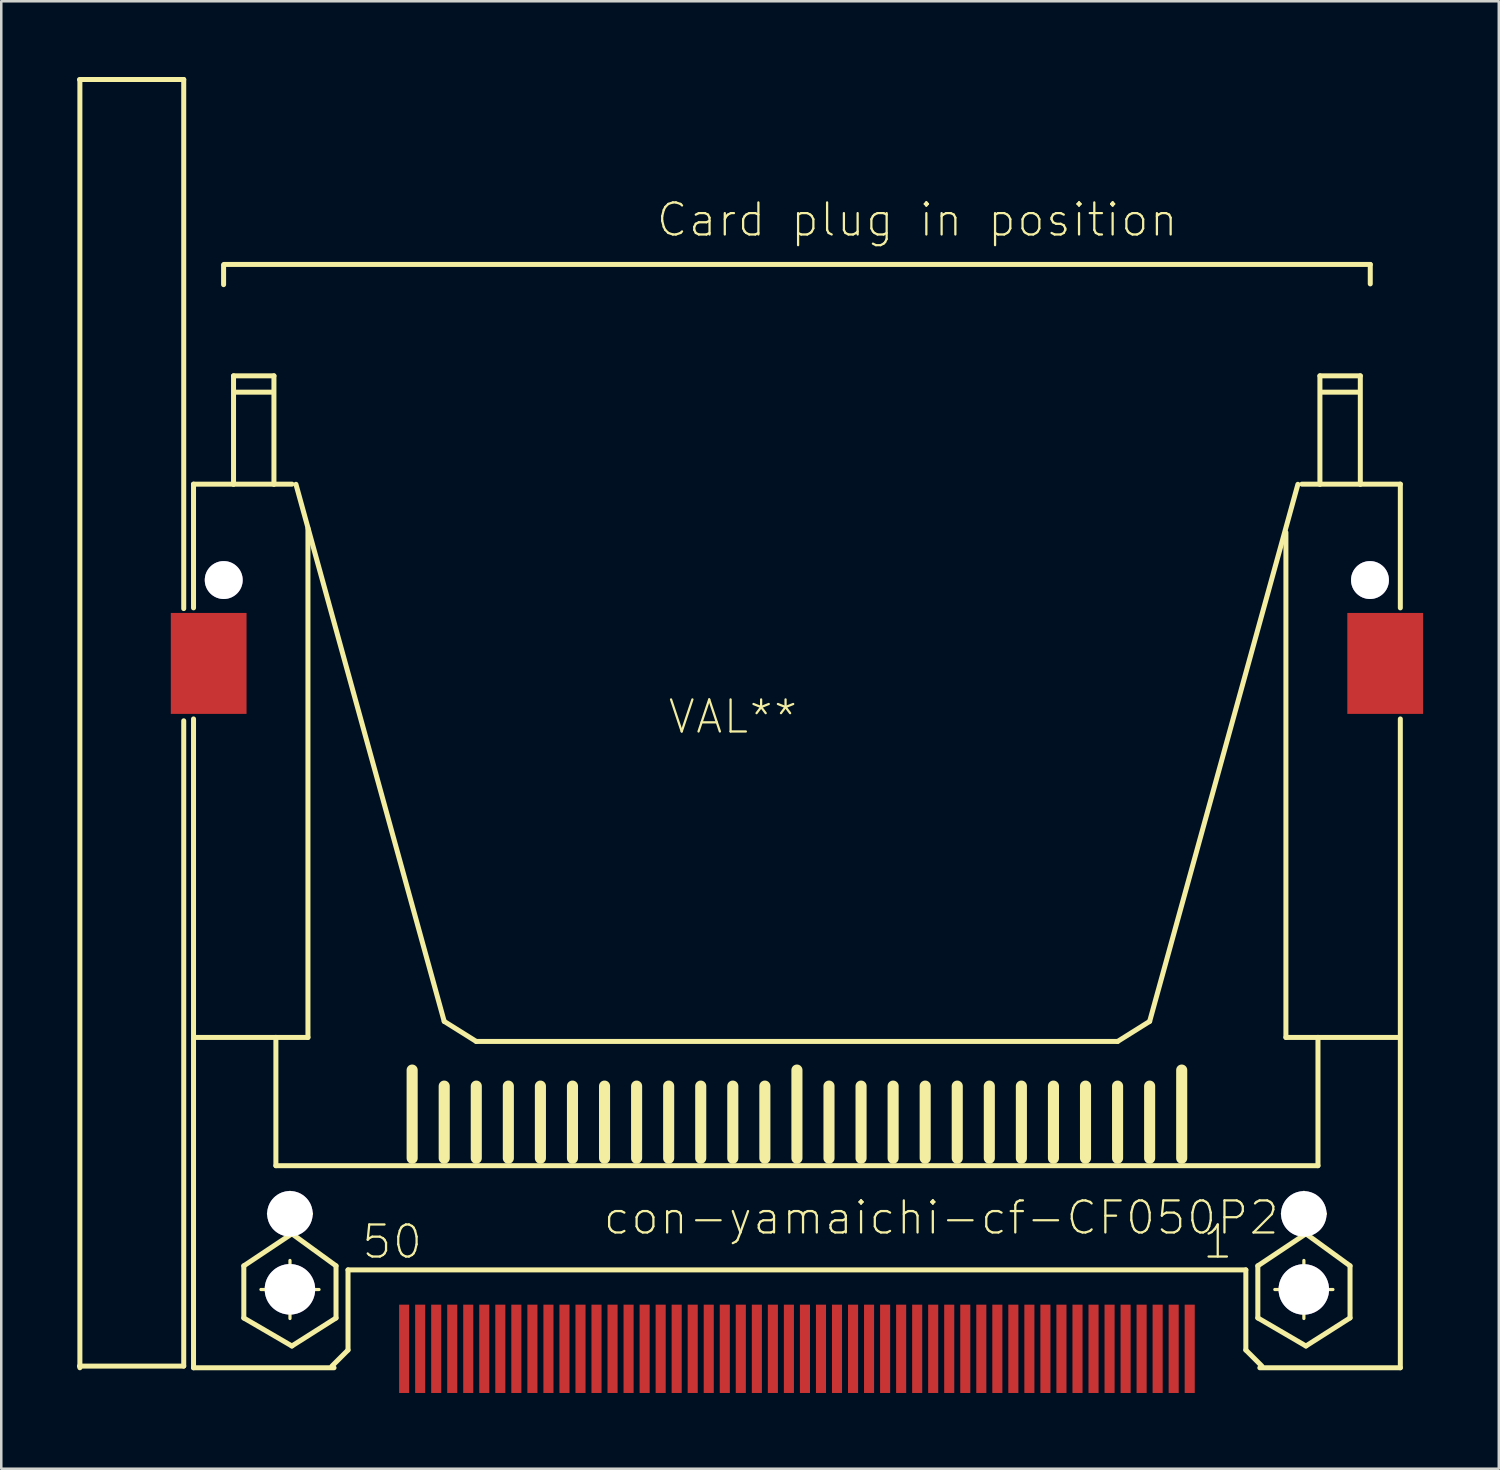
<source format=kicad_pcb>
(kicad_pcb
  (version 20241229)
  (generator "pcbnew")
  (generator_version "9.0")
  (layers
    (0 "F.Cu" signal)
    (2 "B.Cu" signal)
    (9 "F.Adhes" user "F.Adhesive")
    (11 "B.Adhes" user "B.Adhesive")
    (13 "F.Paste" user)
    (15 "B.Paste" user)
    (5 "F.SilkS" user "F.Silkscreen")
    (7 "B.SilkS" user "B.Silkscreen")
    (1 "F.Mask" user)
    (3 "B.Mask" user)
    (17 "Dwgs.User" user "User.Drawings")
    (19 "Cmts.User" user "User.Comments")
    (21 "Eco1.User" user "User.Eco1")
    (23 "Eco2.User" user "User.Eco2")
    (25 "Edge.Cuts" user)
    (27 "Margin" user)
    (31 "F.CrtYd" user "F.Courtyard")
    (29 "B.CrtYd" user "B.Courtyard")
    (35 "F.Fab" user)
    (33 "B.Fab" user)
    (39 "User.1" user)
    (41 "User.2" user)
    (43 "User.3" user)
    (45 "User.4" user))
  (footprint "con-yamaichi-cf-CF050P2"
    (layer "F.Cu")
    (at 28.514 45.024)
    (property "Reference" "con-yamaichi-cf-CF050P2" (at 5.715 0.157 0) (layer "F.SilkS") (effects (font (size 1.27 1.27) (thickness 0.089))))
    (attr smd)
    (fp_line (start -28.415 6.032) (end -24.287 6.032) (stroke (width 0.198) (type solid)) (layer "F.SilkS"))
    (fp_line (start -28.4 -44.9) (end -28.4 6.099) (stroke (width 0.198) (type solid)) (layer "F.SilkS"))
    (fp_line (start -24.287 -44.925) (end -28.415 -44.925) (stroke (width 0.198) (type solid)) (layer "F.SilkS"))
    (fp_line (start -24.287 -23.97) (end -24.287 -44.925) (stroke (width 0.198) (type solid)) (layer "F.SilkS"))
    (fp_line (start -24.287 6.032) (end -24.287 -19.525) (stroke (width 0.198) (type solid)) (layer "F.SilkS"))
    (fp_line (start -23.899 -28.898) (end -23.899 -23.998) (stroke (width 0.198) (type solid)) (layer "F.SilkS"))
    (fp_line (start -23.899 -19.599) (end -23.899 6.099) (stroke (width 0.198) (type solid)) (layer "F.SilkS"))
    (fp_line (start -23.899 6.099) (end -18.334 6.099) (stroke (width 0.198) (type solid)) (layer "F.SilkS"))
    (fp_line (start -23.348 -25.098) (end -22.05 -25.098) (stroke (width 0.127) (type solid)) (layer "F.SilkS"))
    (fp_line (start -22.708 -37.564) (end -22.708 -36.8) (stroke (width 0.198) (type solid)) (layer "F.SilkS"))
    (fp_line (start -22.7 -37.6) (end 22.708 -37.6) (stroke (width 0.198) (type solid)) (layer "F.SilkS"))
    (fp_line (start -22.7 -24.448) (end -22.7 -25.748) (stroke (width 0.127) (type solid)) (layer "F.SilkS"))
    (fp_line (start -22.314 -33.188) (end -22.314 -28.898) (stroke (width 0.198) (type solid)) (layer "F.SilkS"))
    (fp_line (start -22.314 -28.898) (end -23.899 -28.898) (stroke (width 0.198) (type solid)) (layer "F.SilkS"))
    (fp_line (start -22.225 -32.542) (end -20.795 -32.542) (stroke (width 0.198) (type solid)) (layer "F.SilkS"))
    (fp_line (start -21.907 2.062) (end -20.003 0.792) (stroke (width 0.198) (type solid)) (layer "F.SilkS"))
    (fp_line (start -21.907 4.128) (end -21.907 2.062) (stroke (width 0.198) (type solid)) (layer "F.SilkS"))
    (fp_line (start -21.229 3) (end -18.928 3) (stroke (width 0.127) (type solid)) (layer "F.SilkS"))
    (fp_line (start -20.93 0) (end -19.228 0) (stroke (width 0.127) (type solid)) (layer "F.SilkS"))
    (fp_line (start -20.714 -33.188) (end -22.314 -33.188) (stroke (width 0.198) (type solid)) (layer "F.SilkS"))
    (fp_line (start -20.714 -28.898) (end -22.314 -28.898) (stroke (width 0.198) (type solid)) (layer "F.SilkS"))
    (fp_line (start -20.714 -28.898) (end -20.714 -33.188) (stroke (width 0.198) (type solid)) (layer "F.SilkS"))
    (fp_line (start -20.637 -6.985) (end -23.812 -6.985) (stroke (width 0.198) (type solid)) (layer "F.SilkS"))
    (fp_line (start -20.637 -6.985) (end -20.637 -1.905) (stroke (width 0.198) (type solid)) (layer "F.SilkS"))
    (fp_line (start -20.637 -1.905) (end 20.637 -1.905) (stroke (width 0.198) (type solid)) (layer "F.SilkS"))
    (fp_line (start -20.079 0.848) (end -20.079 -0.848) (stroke (width 0.127) (type solid)) (layer "F.SilkS"))
    (fp_line (start -20.079 4.148) (end -20.079 1.849) (stroke (width 0.127) (type solid)) (layer "F.SilkS"))
    (fp_line (start -20.003 0.792) (end -18.255 2.062) (stroke (width 0.198) (type solid)) (layer "F.SilkS"))
    (fp_line (start -20.003 5.237) (end -21.907 4.128) (stroke (width 0.198) (type solid)) (layer "F.SilkS"))
    (fp_line (start -20 -28.898) (end -20.714 -28.898) (stroke (width 0.198) (type solid)) (layer "F.SilkS"))
    (fp_line (start -19.842 -28.892) (end -13.97 -7.62) (stroke (width 0.198) (type solid)) (layer "F.SilkS"))
    (fp_line (start -19.367 -27.145) (end -19.367 -6.985) (stroke (width 0.198) (type solid)) (layer "F.SilkS"))
    (fp_line (start -19.367 -6.985) (end -20.637 -6.985) (stroke (width 0.198) (type solid)) (layer "F.SilkS"))
    (fp_line (start -18.415 6.032) (end -17.78 5.397) (stroke (width 0.198) (type solid)) (layer "F.SilkS"))
    (fp_line (start -18.255 2.062) (end -18.255 4.128) (stroke (width 0.198) (type solid)) (layer "F.SilkS"))
    (fp_line (start -18.255 4.128) (end -20.003 5.237) (stroke (width 0.198) (type solid)) (layer "F.SilkS"))
    (fp_line (start -17.78 2.223) (end 17.78 2.223) (stroke (width 0.198) (type solid)) (layer "F.SilkS"))
    (fp_line (start -17.78 5.397) (end -17.78 2.223) (stroke (width 0.198) (type solid)) (layer "F.SilkS"))
    (fp_line (start -15.24 -2.2) (end -15.24 -5.692) (stroke (width 0.439) (type solid)) (layer "F.SilkS"))
    (fp_line (start -13.97 -7.62) (end -12.7 -6.825) (stroke (width 0.198) (type solid)) (layer "F.SilkS"))
    (fp_line (start -13.97 -2.2) (end -13.97 -5.057) (stroke (width 0.439) (type solid)) (layer "F.SilkS"))
    (fp_line (start -12.7 -6.825) (end 12.7 -6.825) (stroke (width 0.198) (type solid)) (layer "F.SilkS"))
    (fp_line (start -12.7 -2.2) (end -12.7 -5.057) (stroke (width 0.439) (type solid)) (layer "F.SilkS"))
    (fp_line (start -11.43 -2.2) (end -11.43 -5.057) (stroke (width 0.439) (type solid)) (layer "F.SilkS"))
    (fp_line (start -10.16 -2.2) (end -10.16 -5.057) (stroke (width 0.439) (type solid)) (layer "F.SilkS"))
    (fp_line (start -8.89 -2.2) (end -8.89 -5.057) (stroke (width 0.439) (type solid)) (layer "F.SilkS"))
    (fp_line (start -7.62 -2.2) (end -7.62 -5.057) (stroke (width 0.439) (type solid)) (layer "F.SilkS"))
    (fp_line (start -6.35 -2.2) (end -6.35 -5.057) (stroke (width 0.439) (type solid)) (layer "F.SilkS"))
    (fp_line (start -5.08 -2.2) (end -5.08 -5.057) (stroke (width 0.439) (type solid)) (layer "F.SilkS"))
    (fp_line (start -3.81 -2.2) (end -3.81 -5.057) (stroke (width 0.439) (type solid)) (layer "F.SilkS"))
    (fp_line (start -2.54 -2.2) (end -2.54 -5.057) (stroke (width 0.439) (type solid)) (layer "F.SilkS"))
    (fp_line (start -1.27 -2.2) (end -1.27 -5.057) (stroke (width 0.439) (type solid)) (layer "F.SilkS"))
    (fp_line (start 0 -2.2) (end 0 -5.692) (stroke (width 0.439) (type solid)) (layer "F.SilkS"))
    (fp_line (start 1.27 -2.2) (end 1.27 -5.057) (stroke (width 0.439) (type solid)) (layer "F.SilkS"))
    (fp_line (start 2.54 -2.2) (end 2.54 -5.057) (stroke (width 0.439) (type solid)) (layer "F.SilkS"))
    (fp_line (start 3.81 -2.2) (end 3.81 -5.057) (stroke (width 0.439) (type solid)) (layer "F.SilkS"))
    (fp_line (start 5.08 -2.2) (end 5.08 -5.057) (stroke (width 0.439) (type solid)) (layer "F.SilkS"))
    (fp_line (start 6.35 -2.2) (end 6.35 -5.057) (stroke (width 0.439) (type solid)) (layer "F.SilkS"))
    (fp_line (start 7.62 -2.2) (end 7.62 -5.057) (stroke (width 0.439) (type solid)) (layer "F.SilkS"))
    (fp_line (start 8.89 -2.2) (end 8.89 -5.057) (stroke (width 0.439) (type solid)) (layer "F.SilkS"))
    (fp_line (start 10.16 -2.2) (end 10.16 -5.057) (stroke (width 0.439) (type solid)) (layer "F.SilkS"))
    (fp_line (start 11.43 -2.2) (end 11.43 -5.057) (stroke (width 0.439) (type solid)) (layer "F.SilkS"))
    (fp_line (start 12.7 -6.825) (end 13.97 -7.62) (stroke (width 0.198) (type solid)) (layer "F.SilkS"))
    (fp_line (start 12.7 -2.2) (end 12.7 -5.057) (stroke (width 0.439) (type solid)) (layer "F.SilkS"))
    (fp_line (start 13.97 -7.62) (end 19.842 -28.892) (stroke (width 0.198) (type solid)) (layer "F.SilkS"))
    (fp_line (start 13.97 -2.2) (end 13.97 -5.057) (stroke (width 0.439) (type solid)) (layer "F.SilkS"))
    (fp_line (start 15.24 -2.2) (end 15.24 -5.692) (stroke (width 0.439) (type solid)) (layer "F.SilkS"))
    (fp_line (start 17.78 2.223) (end 17.78 5.397) (stroke (width 0.198) (type solid)) (layer "F.SilkS"))
    (fp_line (start 17.78 5.397) (end 18.415 6.032) (stroke (width 0.198) (type solid)) (layer "F.SilkS"))
    (fp_line (start 18.255 2.062) (end 20.16 0.792) (stroke (width 0.198) (type solid)) (layer "F.SilkS"))
    (fp_line (start 18.255 4.125) (end 18.255 2.062) (stroke (width 0.198) (type solid)) (layer "F.SilkS"))
    (fp_line (start 18.928 3) (end 21.229 3) (stroke (width 0.127) (type solid)) (layer "F.SilkS"))
    (fp_line (start 19.228 0) (end 20.93 0) (stroke (width 0.127) (type solid)) (layer "F.SilkS"))
    (fp_line (start 19.367 -6.985) (end 19.367 -26.988) (stroke (width 0.198) (type solid)) (layer "F.SilkS"))
    (fp_line (start 20 -28.898) (end 20.714 -28.898) (stroke (width 0.198) (type solid)) (layer "F.SilkS"))
    (fp_line (start 20.079 0.848) (end 20.079 -0.848) (stroke (width 0.127) (type solid)) (layer "F.SilkS"))
    (fp_line (start 20.079 4.148) (end 20.079 1.849) (stroke (width 0.127) (type solid)) (layer "F.SilkS"))
    (fp_line (start 20.16 0.792) (end 21.907 2.062) (stroke (width 0.198) (type solid)) (layer "F.SilkS"))
    (fp_line (start 20.16 5.237) (end 18.255 4.125) (stroke (width 0.198) (type solid)) (layer "F.SilkS"))
    (fp_line (start 20.637 -6.985) (end 19.367 -6.985) (stroke (width 0.198) (type solid)) (layer "F.SilkS"))
    (fp_line (start 20.637 -6.985) (end 23.812 -6.985) (stroke (width 0.198) (type solid)) (layer "F.SilkS"))
    (fp_line (start 20.637 -1.905) (end 20.637 -6.985) (stroke (width 0.198) (type solid)) (layer "F.SilkS"))
    (fp_line (start 20.714 -33.188) (end 22.314 -33.188) (stroke (width 0.198) (type solid)) (layer "F.SilkS"))
    (fp_line (start 20.714 -28.898) (end 20.714 -33.188) (stroke (width 0.198) (type solid)) (layer "F.SilkS"))
    (fp_line (start 20.714 -28.898) (end 22.314 -28.898) (stroke (width 0.198) (type solid)) (layer "F.SilkS"))
    (fp_line (start 20.795 -32.542) (end 22.225 -32.542) (stroke (width 0.198) (type solid)) (layer "F.SilkS"))
    (fp_line (start 21.907 2.062) (end 21.907 4.125) (stroke (width 0.198) (type solid)) (layer "F.SilkS"))
    (fp_line (start 21.907 4.125) (end 20.16 5.237) (stroke (width 0.198) (type solid)) (layer "F.SilkS"))
    (fp_line (start 22.05 -25.098) (end 23.348 -25.098) (stroke (width 0.127) (type solid)) (layer "F.SilkS"))
    (fp_line (start 22.314 -33.188) (end 22.314 -28.898) (stroke (width 0.198) (type solid)) (layer "F.SilkS"))
    (fp_line (start 22.314 -28.898) (end 23.899 -28.898) (stroke (width 0.198) (type solid)) (layer "F.SilkS"))
    (fp_line (start 22.7 -24.448) (end 22.7 -25.748) (stroke (width 0.127) (type solid)) (layer "F.SilkS"))
    (fp_line (start 22.708 -37.6) (end 22.708 -36.83) (stroke (width 0.198) (type solid)) (layer "F.SilkS"))
    (fp_line (start 23.899 -28.898) (end 23.899 -23.998) (stroke (width 0.198) (type solid)) (layer "F.SilkS"))
    (fp_line (start 23.899 -19.599) (end 23.899 6.099) (stroke (width 0.198) (type solid)) (layer "F.SilkS"))
    (fp_line (start 23.899 6.099) (end 18.334 6.099) (stroke (width 0.198) (type solid)) (layer "F.SilkS"))
    (fp_circle (center -22.7 -25.098) (end -23.023 -25.42) (stroke (width 0.127) (type solid)) (fill no) (layer "F.SilkS"))
    (fp_circle (center -20.079 0) (end -20.503 0.424) (stroke (width 0.127) (type solid)) (fill no) (layer "F.SilkS"))
    (fp_circle (center -20.079 3) (end -20.653 3.574) (stroke (width 0.127) (type solid)) (fill no) (layer "F.SilkS"))
    (fp_circle (center 20.079 0) (end 20.503 0.424) (stroke (width 0.127) (type solid)) (fill no) (layer "F.SilkS"))
    (fp_circle (center 20.079 3) (end 20.653 3.574) (stroke (width 0.127) (type solid)) (fill no) (layer "F.SilkS"))
    (fp_circle (center 22.7 -25.098) (end 23.023 -25.42) (stroke (width 0.127) (type solid)) (fill no) (layer "F.SilkS"))
    (fp_text user "Card plug in position" (at 4.763 -39.37 0) (layer "F.SilkS") (effects (font (size 1.27 1.27) (thickness 0.089))))
    (fp_text user "VAL**" (at -2.537 -19.685 0) (layer "F.SilkS") (effects (font (size 1.27 1.27) (thickness 0.089))))
    (fp_text user "50" (at -16.032 1.11 0) (layer "F.SilkS") (effects (font (size 1.27 1.27) (thickness 0.089))))
    (fp_text user "1" (at 16.667 1.11 0) (layer "F.SilkS") (effects (font (size 1.27 1.27) (thickness 0.089))))
    (pad "1" smd rect (at 15.557 5.349) (size 0.399 3.498) (layers "F.Cu" "F.Mask" "F.Paste"))
    (pad "2" smd rect (at 14.287 5.349) (size 0.399 3.498) (layers "F.Cu" "F.Mask" "F.Paste"))
    (pad "3" smd rect (at 13.018 5.349) (size 0.399 3.498) (layers "F.Cu" "F.Mask" "F.Paste"))
    (pad "4" smd rect (at 11.748 5.349) (size 0.399 3.498) (layers "F.Cu" "F.Mask" "F.Paste"))
    (pad "5" smd rect (at 10.477 5.349) (size 0.399 3.498) (layers "F.Cu" "F.Mask" "F.Paste"))
    (pad "6" smd rect (at 9.207 5.349) (size 0.399 3.498) (layers "F.Cu" "F.Mask" "F.Paste"))
    (pad "7" smd rect (at 7.938 5.349) (size 0.399 3.498) (layers "F.Cu" "F.Mask" "F.Paste"))
    (pad "8" smd rect (at 6.668 5.349) (size 0.399 3.498) (layers "F.Cu" "F.Mask" "F.Paste"))
    (pad "9" smd rect (at 5.397 5.349) (size 0.399 3.498) (layers "F.Cu" "F.Mask" "F.Paste"))
    (pad "10" smd rect (at 4.128 5.349) (size 0.399 3.498) (layers "F.Cu" "F.Mask" "F.Paste"))
    (pad "11" smd rect (at 2.857 5.349) (size 0.399 3.498) (layers "F.Cu" "F.Mask" "F.Paste"))
    (pad "12" smd rect (at 1.587 5.349) (size 0.399 3.498) (layers "F.Cu" "F.Mask" "F.Paste"))
    (pad "13" smd rect (at 0.318 5.349) (size 0.399 3.498) (layers "F.Cu" "F.Mask" "F.Paste"))
    (pad "14" thru_hole circle (at -22.703 -25.1) (size 1.501 1.501) (drill 1.501) (layers "*.Cu"))
    (pad "14" thru_hole circle (at -20.081 0) (size 1.801 1.801) (drill 1.801) (layers "*.Cu"))
    (pad "14" thru_hole circle (at -20.081 2.992) (size 1.999 1.999) (drill 1.999) (layers "*.Cu"))
    (pad "14" smd rect (at -0.953 5.349) (size 0.399 3.498) (layers "F.Cu" "F.Mask" "F.Paste"))
    (pad "14" thru_hole circle (at 20.076 0.005) (size 1.801 1.801) (drill 1.801) (layers "*.Cu"))
    (pad "14" thru_hole circle (at 20.076 2.997) (size 1.999 1.999) (drill 1.999) (layers "*.Cu"))
    (pad "14" thru_hole circle (at 22.697 -25.1) (size 1.501 1.501) (drill 1.501) (layers "*.Cu"))
    (pad "15" smd rect (at -2.223 5.349) (size 0.399 3.498) (layers "F.Cu" "F.Mask" "F.Paste"))
    (pad "16" smd rect (at -3.493 5.349) (size 0.399 3.498) (layers "F.Cu" "F.Mask" "F.Paste"))
    (pad "17" smd rect (at -4.763 5.349) (size 0.399 3.498) (layers "F.Cu" "F.Mask" "F.Paste"))
    (pad "18" smd rect (at -6.032 5.349) (size 0.399 3.498) (layers "F.Cu" "F.Mask" "F.Paste"))
    (pad "19" smd rect (at -7.303 5.349) (size 0.399 3.498) (layers "F.Cu" "F.Mask" "F.Paste"))
    (pad "20" smd rect (at -8.572 5.349) (size 0.399 3.498) (layers "F.Cu" "F.Mask" "F.Paste"))
    (pad "21" smd rect (at -9.842 5.349) (size 0.399 3.498) (layers "F.Cu" "F.Mask" "F.Paste"))
    (pad "22" smd rect (at -11.113 5.349) (size 0.399 3.498) (layers "F.Cu" "F.Mask" "F.Paste"))
    (pad "23" smd rect (at -12.383 5.349) (size 0.399 3.498) (layers "F.Cu" "F.Mask" "F.Paste"))
    (pad "24" smd rect (at -13.652 5.349) (size 0.399 3.498) (layers "F.Cu" "F.Mask" "F.Paste"))
    (pad "25" smd rect (at -14.922 5.349) (size 0.399 3.498) (layers "F.Cu" "F.Mask" "F.Paste"))
    (pad "26" smd rect (at 14.922 5.349) (size 0.399 3.498) (layers "F.Cu" "F.Mask" "F.Paste"))
    (pad "27" smd rect (at 13.652 5.349) (size 0.399 3.498) (layers "F.Cu" "F.Mask" "F.Paste"))
    (pad "28" smd rect (at 12.383 5.349) (size 0.399 3.498) (layers "F.Cu" "F.Mask" "F.Paste"))
    (pad "29" smd rect (at 11.113 5.349) (size 0.399 3.498) (layers "F.Cu" "F.Mask" "F.Paste"))
    (pad "30" smd rect (at 9.842 5.349) (size 0.399 3.498) (layers "F.Cu" "F.Mask" "F.Paste"))
    (pad "31" smd rect (at 8.572 5.349) (size 0.399 3.498) (layers "F.Cu" "F.Mask" "F.Paste"))
    (pad "32" smd rect (at 7.303 5.349) (size 0.399 3.498) (layers "F.Cu" "F.Mask" "F.Paste"))
    (pad "33" smd rect (at 6.032 5.349) (size 0.399 3.498) (layers "F.Cu" "F.Mask" "F.Paste"))
    (pad "34" smd rect (at 4.763 5.349) (size 0.399 3.498) (layers "F.Cu" "F.Mask" "F.Paste"))
    (pad "35" smd rect (at 3.493 5.349) (size 0.399 3.498) (layers "F.Cu" "F.Mask" "F.Paste"))
    (pad "36" smd rect (at 2.223 5.349) (size 0.399 3.498) (layers "F.Cu" "F.Mask" "F.Paste"))
    (pad "37" smd rect (at 0.953 5.349) (size 0.399 3.498) (layers "F.Cu" "F.Mask" "F.Paste"))
    (pad "38" smd rect (at -0.318 5.349) (size 0.399 3.498) (layers "F.Cu" "F.Mask" "F.Paste"))
    (pad "39" smd rect (at -1.587 5.349) (size 0.399 3.498) (layers "F.Cu" "F.Mask" "F.Paste"))
    (pad "40" smd rect (at -2.857 5.349) (size 0.399 3.498) (layers "F.Cu" "F.Mask" "F.Paste"))
    (pad "41" smd rect (at -4.128 5.349) (size 0.399 3.498) (layers "F.Cu" "F.Mask" "F.Paste"))
    (pad "42" smd rect (at -5.397 5.349) (size 0.399 3.498) (layers "F.Cu" "F.Mask" "F.Paste"))
    (pad "43" smd rect (at -6.668 5.349) (size 0.399 3.498) (layers "F.Cu" "F.Mask" "F.Paste"))
    (pad "44" smd rect (at -7.938 5.349) (size 0.399 3.498) (layers "F.Cu" "F.Mask" "F.Paste"))
    (pad "45" smd rect (at -9.207 5.349) (size 0.399 3.498) (layers "F.Cu" "F.Mask" "F.Paste"))
    (pad "46" smd rect (at -10.477 5.349) (size 0.399 3.498) (layers "F.Cu" "F.Mask" "F.Paste"))
    (pad "47" smd rect (at -11.748 5.349) (size 0.399 3.498) (layers "F.Cu" "F.Mask" "F.Paste"))
    (pad "48" smd rect (at -13.018 5.349) (size 0.399 3.498) (layers "F.Cu" "F.Mask" "F.Paste"))
    (pad "49" smd rect (at -14.287 5.349) (size 0.399 3.498) (layers "F.Cu" "F.Mask" "F.Paste"))
    (pad "50" smd rect (at -15.557 5.349) (size 0.399 3.498) (layers "F.Cu" "F.Mask" "F.Paste"))
    (pad "P$1" smd rect (at 23.299 -21.798) (size 3 3.998) (layers "F.Cu" "F.Mask" "F.Paste"))
    (pad "P$3" smd rect (at -23.299 -21.798) (size 3 3.998) (layers "F.Cu" "F.Mask" "F.Paste")))
  (gr_rect
    (start -3 -3)
    (end 56.313 55.122)
    (stroke (width 0.1) (type default))
    (fill no)
    (layer "Edge.Cuts")))
</source>
